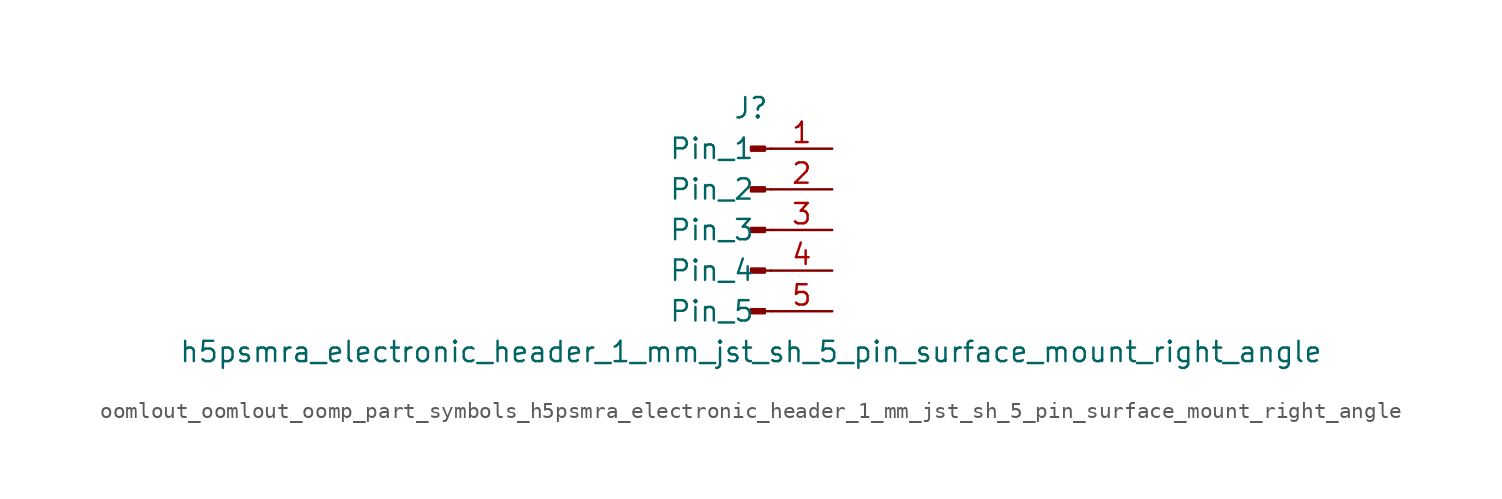
<source format=kicad_sym>
(kicad_symbol_lib
  (version 20220914)
  (generator kicad_symbol_editor)
  (symbol "oomlout_oomlout_oomp_part_symbols_h5psmra_electronic_header_1_mm_jst_sh_5_pin_surface_mount_right_angle"
    (pin_names
      (offset 1.016))
    (property "Reference" "J"
      (at 0 7.62 0)
      (effects (font (size 1.27 1.27))))
    (property "Value" "h5psmra_electronic_header_1_mm_jst_sh_5_pin_surface_mount_right_angle"
      (at 0 -7.62 0)
      (effects (font (size 1.27 1.27))))
    (property "ki_locked" ""
      (at 0 0 0)
      (effects (font (size 1.27 1.27))))
    (symbol "oomlout_oomlout_oomp_part_symbols_h5psmra_electronic_header_1_mm_jst_sh_5_pin_surface_mount_right_angle_1_1"
      (polyline (pts (xy 1.27 -5.08) (xy 0.864 -5.08)) (stroke (width 0.152) (type default)) (fill (type none)))
      (polyline (pts (xy 1.27 -2.54) (xy 0.864 -2.54)) (stroke (width 0.152) (type default)) (fill (type none)))
      (polyline (pts (xy 1.27 0) (xy 0.864 0)) (stroke (width 0.152) (type default)) (fill (type none)))
      (polyline (pts (xy 1.27 2.54) (xy 0.864 2.54)) (stroke (width 0.152) (type default)) (fill (type none)))
      (polyline (pts (xy 1.27 5.08) (xy 0.864 5.08)) (stroke (width 0.152) (type default)) (fill (type none)))
      (rectangle (start 0.864 -4.953) (end 0 -5.207) (stroke (width 0.152) (type default)) (fill (type outline)))
      (rectangle (start 0.864 -2.413) (end 0 -2.667) (stroke (width 0.152) (type default)) (fill (type outline)))
      (rectangle (start 0.864 0.127) (end 0 -0.127) (stroke (width 0.152) (type default)) (fill (type outline)))
      (rectangle (start 0.864 2.667) (end 0 2.413) (stroke (width 0.152) (type default)) (fill (type outline)))
      (rectangle (start 0.864 5.207) (end 0 4.953) (stroke (width 0.152) (type default)) (fill (type outline)))
      (pin passive line (at 5.08 5.08 180) (length 3.81) (name "Pin_1" (effects (font (size 1.27 1.27)))) (number "1" (effects (font (size 1.27 1.27)))))
      (pin passive line (at 5.08 2.54 180) (length 3.81) (name "Pin_2" (effects (font (size 1.27 1.27)))) (number "2" (effects (font (size 1.27 1.27)))))
      (pin passive line (at 5.08 0 180) (length 3.81) (name "Pin_3" (effects (font (size 1.27 1.27)))) (number "3" (effects (font (size 1.27 1.27)))))
      (pin passive line (at 5.08 -2.54 180) (length 3.81) (name "Pin_4" (effects (font (size 1.27 1.27)))) (number "4" (effects (font (size 1.27 1.27)))))
      (pin passive line (at 5.08 -5.08 180) (length 3.81) (name "Pin_5" (effects (font (size 1.27 1.27)))) (number "5" (effects (font (size 1.27 1.27))))))))
</source>
